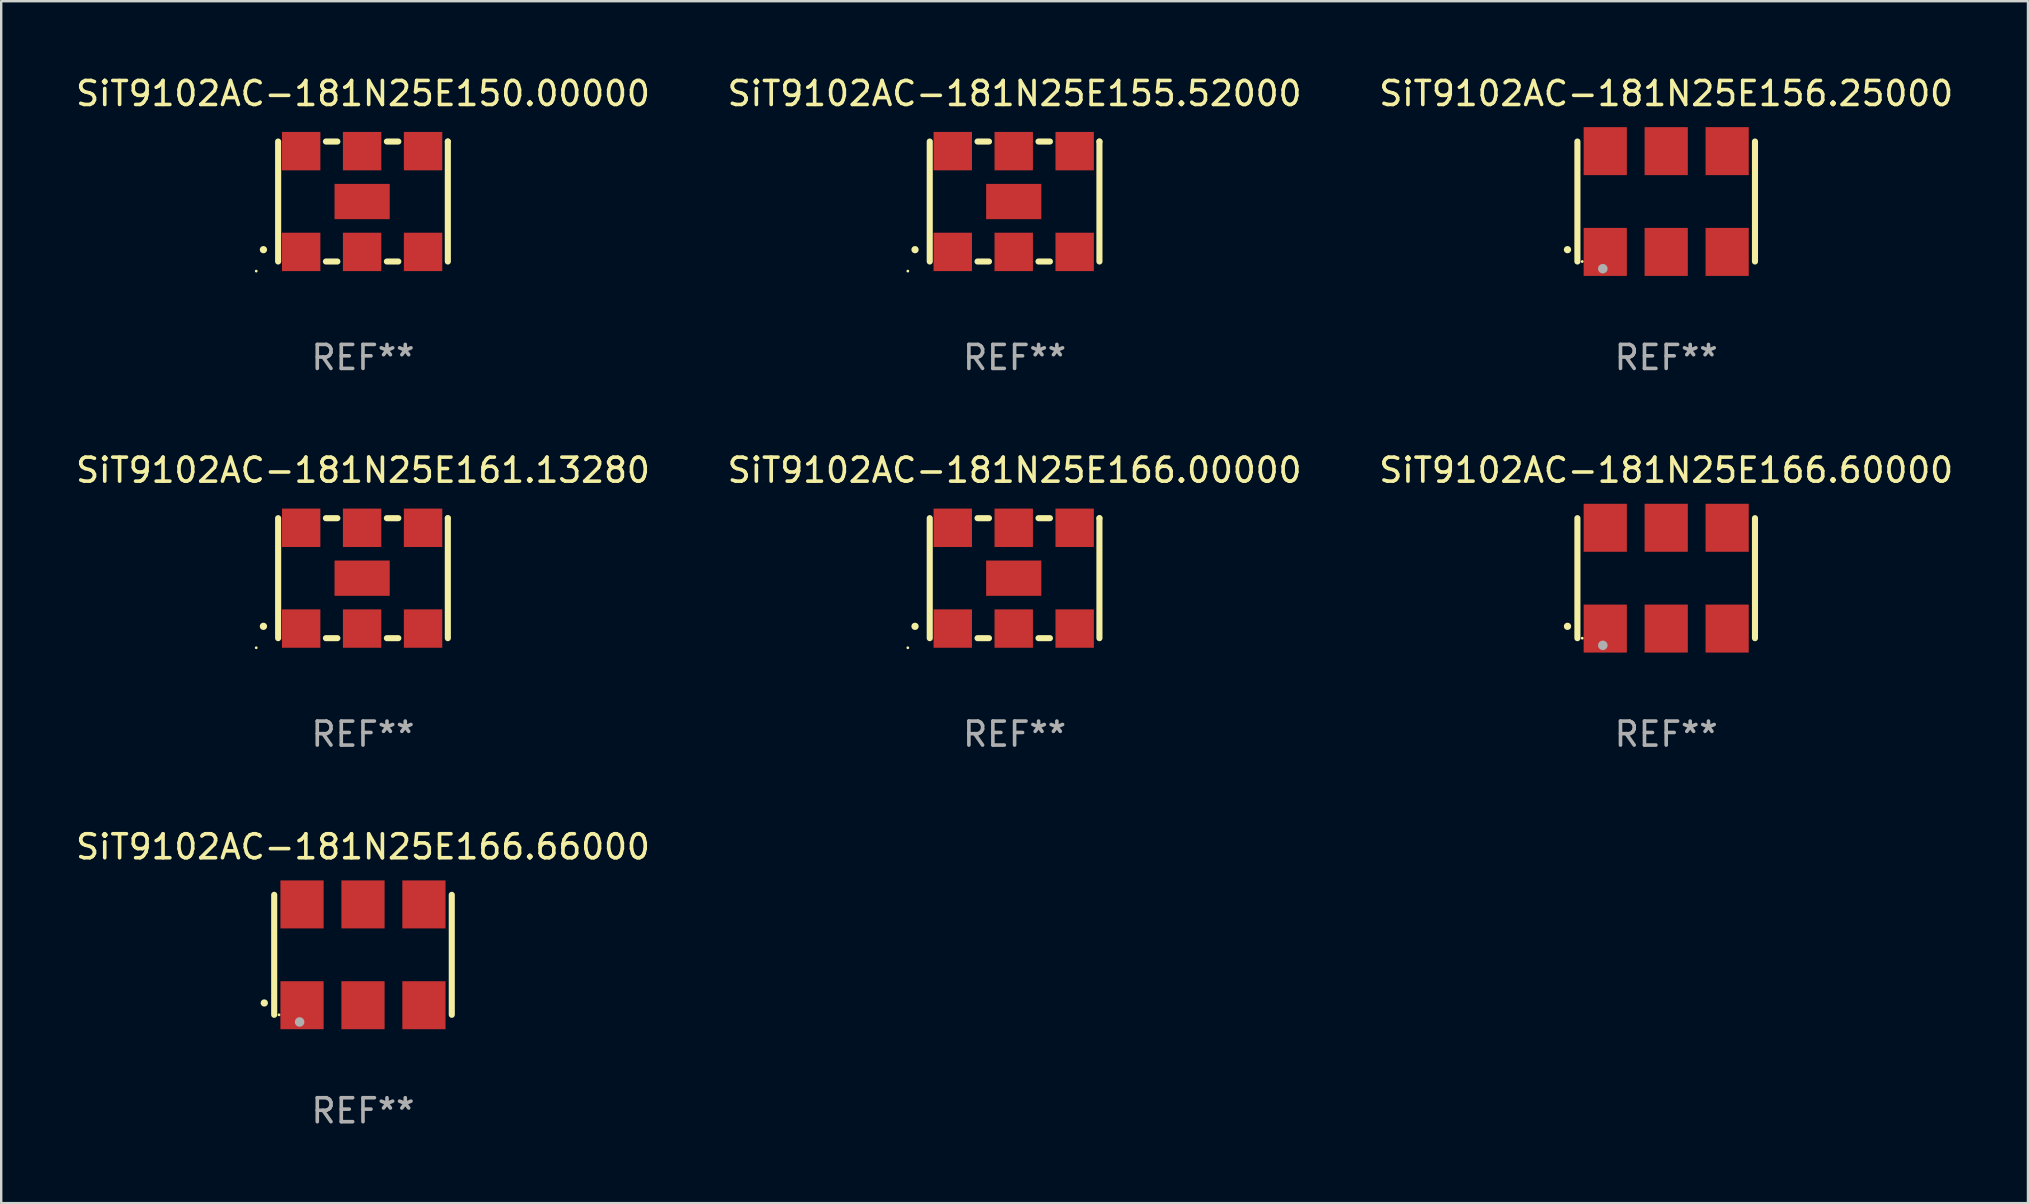
<source format=kicad_pcb>
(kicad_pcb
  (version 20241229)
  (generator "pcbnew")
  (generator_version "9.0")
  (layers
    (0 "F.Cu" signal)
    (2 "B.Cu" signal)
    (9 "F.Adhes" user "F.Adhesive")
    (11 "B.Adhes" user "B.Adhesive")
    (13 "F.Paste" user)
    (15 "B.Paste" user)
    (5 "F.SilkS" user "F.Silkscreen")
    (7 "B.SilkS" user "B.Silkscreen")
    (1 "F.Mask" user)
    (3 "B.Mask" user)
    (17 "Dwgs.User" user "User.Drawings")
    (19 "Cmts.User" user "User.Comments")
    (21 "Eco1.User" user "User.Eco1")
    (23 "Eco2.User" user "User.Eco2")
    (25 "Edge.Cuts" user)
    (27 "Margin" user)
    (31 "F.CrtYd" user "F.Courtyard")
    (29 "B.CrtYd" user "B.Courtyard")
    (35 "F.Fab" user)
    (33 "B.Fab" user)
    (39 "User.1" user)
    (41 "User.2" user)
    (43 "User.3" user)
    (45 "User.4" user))
  (footprint "SiT9102AC-181N25E155.52000"
    (layer "F.Cu")
    (at 39.232 5.348)
    (property "Reference" "SiT9102AC-181N25E155.52000" (at 0 -4.5 0) (layer "F.SilkS") (effects (font (size 1 1) (thickness 0.15))))
    (attr through_hole)
    (fp_line (start -3.536 -2.5) (end -3.536 2.5) (stroke (width 0.254) (type solid)) (layer "F.SilkS"))
    (fp_line (start -1.544 2.5) (end -1.067 2.5) (stroke (width 0.254) (type solid)) (layer "F.SilkS"))
    (fp_line (start -1.067 -2.5) (end -1.544 -2.5) (stroke (width 0.254) (type solid)) (layer "F.SilkS"))
    (fp_line (start 0.996 2.5) (end 1.473 2.5) (stroke (width 0.254) (type solid)) (layer "F.SilkS"))
    (fp_line (start 1.473 -2.5) (end 0.996 -2.5) (stroke (width 0.254) (type solid)) (layer "F.SilkS"))
    (fp_line (start 3.536 -2.5) (end 3.536 -2.5) (stroke (width 0.254) (type solid)) (layer "F.SilkS"))
    (fp_line (start 3.536 2.5) (end 3.536 -2.5) (stroke (width 0.254) (type solid)) (layer "F.SilkS"))
    (fp_arc (start -4.150432 2.006604) (mid -4.149162 2.006599) (end -4.147892 2.006604) (stroke (width 0.3) (type solid)) (layer "F.SilkS"))
    (fp_circle (center -4.449 2.9) (end -4.419 2.9) (stroke (width 0.06) (type solid)) (fill no) (layer "F.SilkS"))
    (fp_text user "REF**" (at 0 6.5 0) (layer "F.Fab") (effects (font (size 1 1) (thickness 0.15))))
    (pad "1" smd rect (at -2.576 2.1) (size 1.6 1.6) (layers "F.Cu" "F.Mask" "F.Paste"))
    (pad "2" smd rect (at -0.036 2.1) (size 1.6 1.6) (layers "F.Cu" "F.Mask" "F.Paste"))
    (pad "3" smd rect (at 2.504 2.1) (size 1.6 1.6) (layers "F.Cu" "F.Mask" "F.Paste"))
    (pad "4" smd rect (at 2.504 -2.1) (size 1.6 1.6) (layers "F.Cu" "F.Mask" "F.Paste"))
    (pad "5" smd rect (at -0.036 -2.1) (size 1.6 1.6) (layers "F.Cu" "F.Mask" "F.Paste"))
    (pad "6" smd rect (at -2.576 -2.1) (size 1.6 1.6) (layers "F.Cu" "F.Mask" "F.Paste"))
    (pad "7" smd rect (at -0.036 0) (size 2.3 1.47) (layers "F.Cu" "F.Mask" "F.Paste")))
  (footprint "SiT9102AC-181N25E166.66000"
    (layer "F.Cu")
    (at 12.077 36.741)
    (property "Reference" "SiT9102AC-181N25E166.66000" (at 0 -4.5 0) (layer "F.SilkS") (effects (font (size 1 1) (thickness 0.15))))
    (attr through_hole)
    (fp_line (start -3.7 -2.5) (end -3.7 2.5) (stroke (width 0.254) (type solid)) (layer "F.SilkS"))
    (fp_line (start 3.7 -2.5) (end 3.7 2.5) (stroke (width 0.254) (type solid)) (layer "F.SilkS"))
    (fp_arc (start -4.114415 2.006604) (mid -4.113145 2.006599) (end -4.111875 2.006604) (stroke (width 0.3) (type solid)) (layer "F.SilkS"))
    (fp_circle (center -3.5 2.501) (end -3.47 2.501) (stroke (width 0.06) (type solid)) (fill no) (layer "F.SilkS"))
    (fp_circle (center -2.641 2.799) (end -2.541 2.799) (stroke (width 0.2) (type solid)) (fill no) (layer "F.Fab"))
    (fp_text user "REF**" (at 0 6.5 0) (layer "F.Fab") (effects (font (size 1 1) (thickness 0.15))))
    (pad "1" smd rect (at -2.54 2.1) (size 1.8 2) (layers "F.Cu" "F.Mask" "F.Paste"))
    (pad "2" smd rect (at 0.000394 2.1) (size 1.8 2) (layers "F.Cu" "F.Mask" "F.Paste"))
    (pad "3" smd rect (at 2.54 2.1) (size 1.8 2) (layers "F.Cu" "F.Mask" "F.Paste"))
    (pad "4" smd rect (at 2.54 -2.1) (size 1.8 2) (layers "F.Cu" "F.Mask" "F.Paste"))
    (pad "5" smd rect (at 0.000394 -2.1) (size 1.8 2) (layers "F.Cu" "F.Mask" "F.Paste"))
    (pad "6" smd rect (at -2.54 -2.1) (size 1.8 2) (layers "F.Cu" "F.Mask" "F.Paste")))
  (footprint "SiT9102AC-181N25E150.00000"
    (layer "F.Cu")
    (at 12.077 5.348)
    (property "Reference" "SiT9102AC-181N25E150.00000" (at 0 -4.5 0) (layer "F.SilkS") (effects (font (size 1 1) (thickness 0.15))))
    (attr through_hole)
    (fp_line (start -3.536 -2.5) (end -3.536 2.5) (stroke (width 0.254) (type solid)) (layer "F.SilkS"))
    (fp_line (start -1.544 2.5) (end -1.067 2.5) (stroke (width 0.254) (type solid)) (layer "F.SilkS"))
    (fp_line (start -1.067 -2.5) (end -1.544 -2.5) (stroke (width 0.254) (type solid)) (layer "F.SilkS"))
    (fp_line (start 0.996 2.5) (end 1.473 2.5) (stroke (width 0.254) (type solid)) (layer "F.SilkS"))
    (fp_line (start 1.473 -2.5) (end 0.996 -2.5) (stroke (width 0.254) (type solid)) (layer "F.SilkS"))
    (fp_line (start 3.536 -2.5) (end 3.536 -2.5) (stroke (width 0.254) (type solid)) (layer "F.SilkS"))
    (fp_line (start 3.536 2.5) (end 3.536 -2.5) (stroke (width 0.254) (type solid)) (layer "F.SilkS"))
    (fp_arc (start -4.150432 2.006604) (mid -4.149162 2.006599) (end -4.147892 2.006604) (stroke (width 0.3) (type solid)) (layer "F.SilkS"))
    (fp_circle (center -4.449 2.9) (end -4.419 2.9) (stroke (width 0.06) (type solid)) (fill no) (layer "F.SilkS"))
    (fp_text user "REF**" (at 0 6.5 0) (layer "F.Fab") (effects (font (size 1 1) (thickness 0.15))))
    (pad "1" smd rect (at -2.576 2.1) (size 1.6 1.6) (layers "F.Cu" "F.Mask" "F.Paste"))
    (pad "2" smd rect (at -0.036 2.1) (size 1.6 1.6) (layers "F.Cu" "F.Mask" "F.Paste"))
    (pad "3" smd rect (at 2.504 2.1) (size 1.6 1.6) (layers "F.Cu" "F.Mask" "F.Paste"))
    (pad "4" smd rect (at 2.504 -2.1) (size 1.6 1.6) (layers "F.Cu" "F.Mask" "F.Paste"))
    (pad "5" smd rect (at -0.036 -2.1) (size 1.6 1.6) (layers "F.Cu" "F.Mask" "F.Paste"))
    (pad "6" smd rect (at -2.576 -2.1) (size 1.6 1.6) (layers "F.Cu" "F.Mask" "F.Paste"))
    (pad "7" smd rect (at -0.036 0) (size 2.3 1.47) (layers "F.Cu" "F.Mask" "F.Paste")))
  (footprint "SiT9102AC-181N25E166.00000"
    (layer "F.Cu")
    (at 39.232 21.045)
    (property "Reference" "SiT9102AC-181N25E166.00000" (at 0 -4.5 0) (layer "F.SilkS") (effects (font (size 1 1) (thickness 0.15))))
    (attr through_hole)
    (fp_line (start -3.536 -2.5) (end -3.536 2.5) (stroke (width 0.254) (type solid)) (layer "F.SilkS"))
    (fp_line (start -1.544 2.5) (end -1.067 2.5) (stroke (width 0.254) (type solid)) (layer "F.SilkS"))
    (fp_line (start -1.067 -2.5) (end -1.544 -2.5) (stroke (width 0.254) (type solid)) (layer "F.SilkS"))
    (fp_line (start 0.996 2.5) (end 1.473 2.5) (stroke (width 0.254) (type solid)) (layer "F.SilkS"))
    (fp_line (start 1.473 -2.5) (end 0.996 -2.5) (stroke (width 0.254) (type solid)) (layer "F.SilkS"))
    (fp_line (start 3.536 -2.5) (end 3.536 -2.5) (stroke (width 0.254) (type solid)) (layer "F.SilkS"))
    (fp_line (start 3.536 2.5) (end 3.536 -2.5) (stroke (width 0.254) (type solid)) (layer "F.SilkS"))
    (fp_arc (start -4.150432 2.006604) (mid -4.149162 2.006599) (end -4.147892 2.006604) (stroke (width 0.3) (type solid)) (layer "F.SilkS"))
    (fp_circle (center -4.449 2.9) (end -4.419 2.9) (stroke (width 0.06) (type solid)) (fill no) (layer "F.SilkS"))
    (fp_text user "REF**" (at 0 6.5 0) (layer "F.Fab") (effects (font (size 1 1) (thickness 0.15))))
    (pad "1" smd rect (at -2.576 2.1) (size 1.6 1.6) (layers "F.Cu" "F.Mask" "F.Paste"))
    (pad "2" smd rect (at -0.036 2.1) (size 1.6 1.6) (layers "F.Cu" "F.Mask" "F.Paste"))
    (pad "3" smd rect (at 2.504 2.1) (size 1.6 1.6) (layers "F.Cu" "F.Mask" "F.Paste"))
    (pad "4" smd rect (at 2.504 -2.1) (size 1.6 1.6) (layers "F.Cu" "F.Mask" "F.Paste"))
    (pad "5" smd rect (at -0.036 -2.1) (size 1.6 1.6) (layers "F.Cu" "F.Mask" "F.Paste"))
    (pad "6" smd rect (at -2.576 -2.1) (size 1.6 1.6) (layers "F.Cu" "F.Mask" "F.Paste"))
    (pad "7" smd rect (at -0.036 0) (size 2.3 1.47) (layers "F.Cu" "F.Mask" "F.Paste")))
  (footprint "SiT9102AC-181N25E156.25000"
    (layer "F.Cu")
    (at 66.387 5.348)
    (property "Reference" "SiT9102AC-181N25E156.25000" (at 0 -4.5 0) (layer "F.SilkS") (effects (font (size 1 1) (thickness 0.15))))
    (attr through_hole)
    (fp_line (start -3.7 -2.5) (end -3.7 2.5) (stroke (width 0.254) (type solid)) (layer "F.SilkS"))
    (fp_line (start 3.7 -2.5) (end 3.7 2.5) (stroke (width 0.254) (type solid)) (layer "F.SilkS"))
    (fp_arc (start -4.114415 2.006604) (mid -4.113145 2.006599) (end -4.111875 2.006604) (stroke (width 0.3) (type solid)) (layer "F.SilkS"))
    (fp_circle (center -3.5 2.501) (end -3.47 2.501) (stroke (width 0.06) (type solid)) (fill no) (layer "F.SilkS"))
    (fp_circle (center -2.641 2.799) (end -2.541 2.799) (stroke (width 0.2) (type solid)) (fill no) (layer "F.Fab"))
    (fp_text user "REF**" (at 0 6.5 0) (layer "F.Fab") (effects (font (size 1 1) (thickness 0.15))))
    (pad "1" smd rect (at -2.54 2.1) (size 1.8 2) (layers "F.Cu" "F.Mask" "F.Paste"))
    (pad "2" smd rect (at 0.000394 2.1) (size 1.8 2) (layers "F.Cu" "F.Mask" "F.Paste"))
    (pad "3" smd rect (at 2.54 2.1) (size 1.8 2) (layers "F.Cu" "F.Mask" "F.Paste"))
    (pad "4" smd rect (at 2.54 -2.1) (size 1.8 2) (layers "F.Cu" "F.Mask" "F.Paste"))
    (pad "5" smd rect (at 0.000394 -2.1) (size 1.8 2) (layers "F.Cu" "F.Mask" "F.Paste"))
    (pad "6" smd rect (at -2.54 -2.1) (size 1.8 2) (layers "F.Cu" "F.Mask" "F.Paste")))
  (footprint "SiT9102AC-181N25E166.60000"
    (layer "F.Cu")
    (at 66.387 21.045)
    (property "Reference" "SiT9102AC-181N25E166.60000" (at 0 -4.5 0) (layer "F.SilkS") (effects (font (size 1 1) (thickness 0.15))))
    (attr through_hole)
    (fp_line (start -3.7 -2.5) (end -3.7 2.5) (stroke (width 0.254) (type solid)) (layer "F.SilkS"))
    (fp_line (start 3.7 -2.5) (end 3.7 2.5) (stroke (width 0.254) (type solid)) (layer "F.SilkS"))
    (fp_arc (start -4.114415 2.006604) (mid -4.113145 2.006599) (end -4.111875 2.006604) (stroke (width 0.3) (type solid)) (layer "F.SilkS"))
    (fp_circle (center -3.5 2.501) (end -3.47 2.501) (stroke (width 0.06) (type solid)) (fill no) (layer "F.SilkS"))
    (fp_circle (center -2.641 2.799) (end -2.541 2.799) (stroke (width 0.2) (type solid)) (fill no) (layer "F.Fab"))
    (fp_text user "REF**" (at 0 6.5 0) (layer "F.Fab") (effects (font (size 1 1) (thickness 0.15))))
    (pad "1" smd rect (at -2.54 2.1) (size 1.8 2) (layers "F.Cu" "F.Mask" "F.Paste"))
    (pad "2" smd rect (at 0.000394 2.1) (size 1.8 2) (layers "F.Cu" "F.Mask" "F.Paste"))
    (pad "3" smd rect (at 2.54 2.1) (size 1.8 2) (layers "F.Cu" "F.Mask" "F.Paste"))
    (pad "4" smd rect (at 2.54 -2.1) (size 1.8 2) (layers "F.Cu" "F.Mask" "F.Paste"))
    (pad "5" smd rect (at 0.000394 -2.1) (size 1.8 2) (layers "F.Cu" "F.Mask" "F.Paste"))
    (pad "6" smd rect (at -2.54 -2.1) (size 1.8 2) (layers "F.Cu" "F.Mask" "F.Paste")))
  (footprint "SiT9102AC-181N25E161.13280"
    (layer "F.Cu")
    (at 12.077 21.045)
    (property "Reference" "SiT9102AC-181N25E161.13280" (at 0 -4.5 0) (layer "F.SilkS") (effects (font (size 1 1) (thickness 0.15))))
    (attr through_hole)
    (fp_line (start -3.536 -2.5) (end -3.536 2.5) (stroke (width 0.254) (type solid)) (layer "F.SilkS"))
    (fp_line (start -1.544 2.5) (end -1.067 2.5) (stroke (width 0.254) (type solid)) (layer "F.SilkS"))
    (fp_line (start -1.067 -2.5) (end -1.544 -2.5) (stroke (width 0.254) (type solid)) (layer "F.SilkS"))
    (fp_line (start 0.996 2.5) (end 1.473 2.5) (stroke (width 0.254) (type solid)) (layer "F.SilkS"))
    (fp_line (start 1.473 -2.5) (end 0.996 -2.5) (stroke (width 0.254) (type solid)) (layer "F.SilkS"))
    (fp_line (start 3.536 -2.5) (end 3.536 -2.5) (stroke (width 0.254) (type solid)) (layer "F.SilkS"))
    (fp_line (start 3.536 2.5) (end 3.536 -2.5) (stroke (width 0.254) (type solid)) (layer "F.SilkS"))
    (fp_arc (start -4.150432 2.006604) (mid -4.149162 2.006599) (end -4.147892 2.006604) (stroke (width 0.3) (type solid)) (layer "F.SilkS"))
    (fp_circle (center -4.449 2.9) (end -4.419 2.9) (stroke (width 0.06) (type solid)) (fill no) (layer "F.SilkS"))
    (fp_text user "REF**" (at 0 6.5 0) (layer "F.Fab") (effects (font (size 1 1) (thickness 0.15))))
    (pad "1" smd rect (at -2.576 2.1) (size 1.6 1.6) (layers "F.Cu" "F.Mask" "F.Paste"))
    (pad "2" smd rect (at -0.036 2.1) (size 1.6 1.6) (layers "F.Cu" "F.Mask" "F.Paste"))
    (pad "3" smd rect (at 2.504 2.1) (size 1.6 1.6) (layers "F.Cu" "F.Mask" "F.Paste"))
    (pad "4" smd rect (at 2.504 -2.1) (size 1.6 1.6) (layers "F.Cu" "F.Mask" "F.Paste"))
    (pad "5" smd rect (at -0.036 -2.1) (size 1.6 1.6) (layers "F.Cu" "F.Mask" "F.Paste"))
    (pad "6" smd rect (at -2.576 -2.1) (size 1.6 1.6) (layers "F.Cu" "F.Mask" "F.Paste"))
    (pad "7" smd rect (at -0.036 0) (size 2.3 1.47) (layers "F.Cu" "F.Mask" "F.Paste")))
  (gr_rect
    (start -3 -3)
    (end 81.464 47.09)
    (stroke (width 0.1) (type default))
    (fill no)
    (layer "Edge.Cuts")))
</source>
